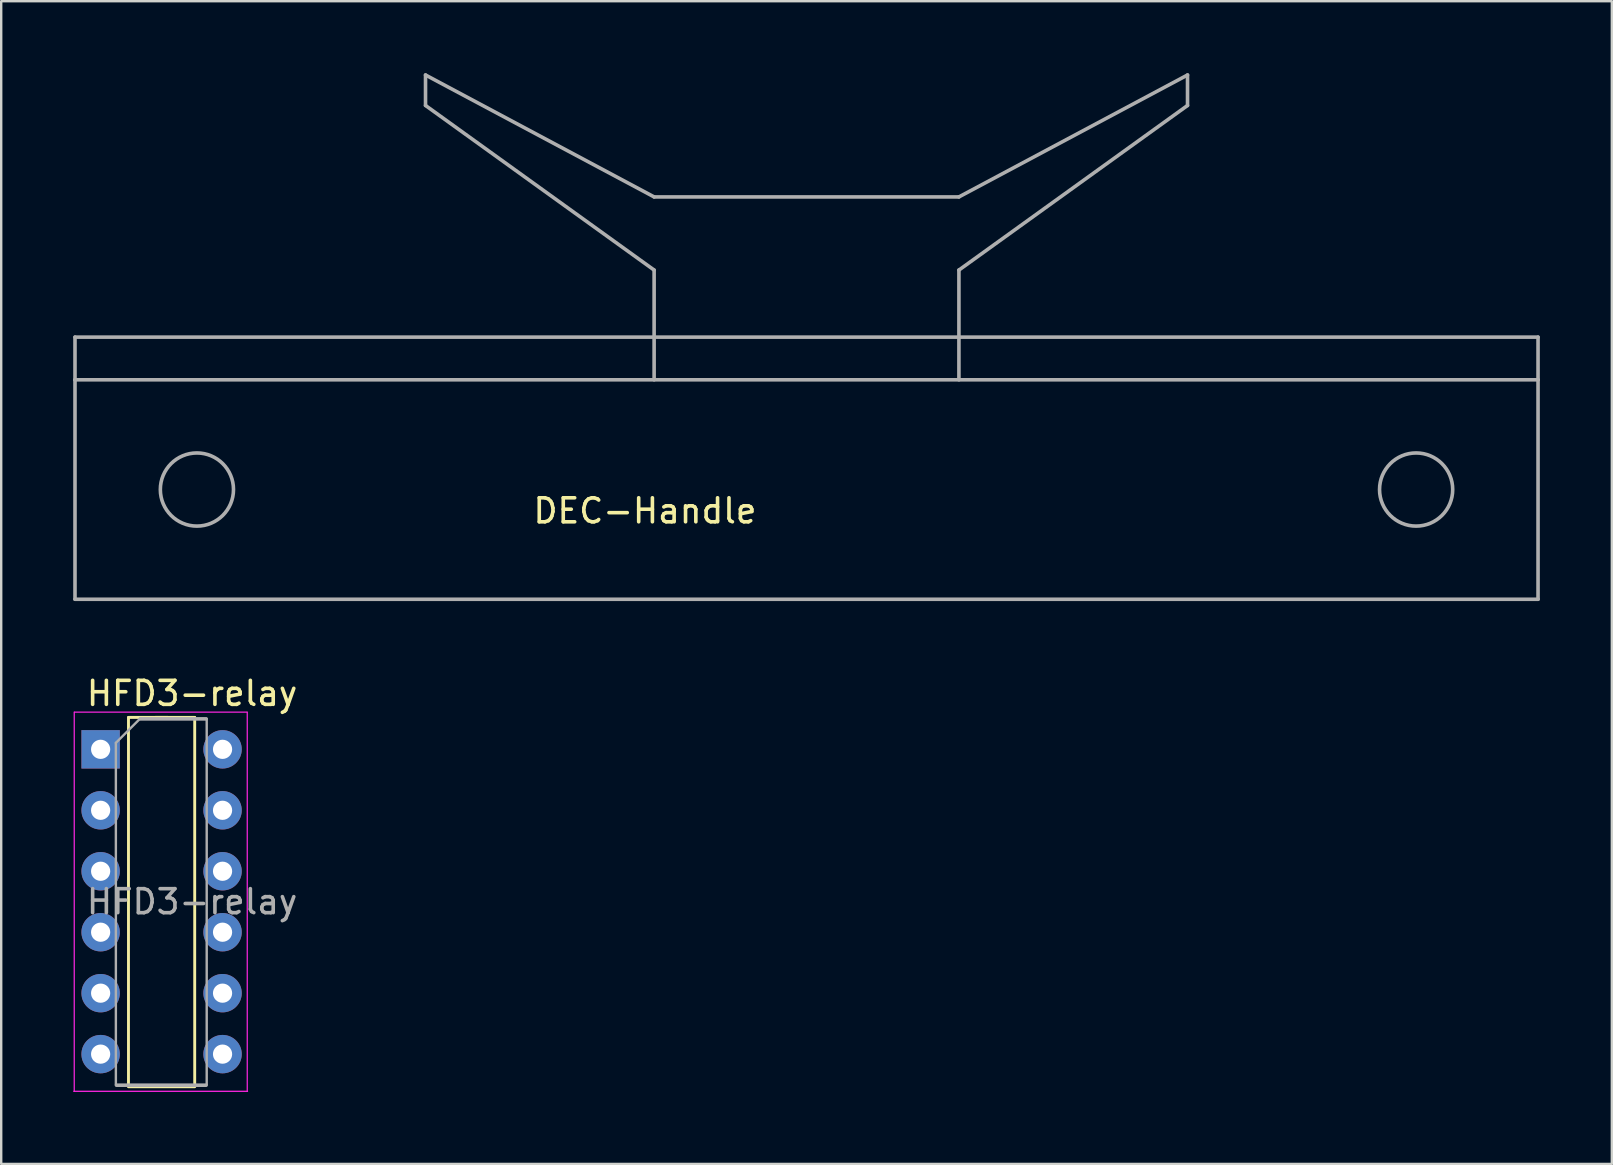
<source format=kicad_pcb>
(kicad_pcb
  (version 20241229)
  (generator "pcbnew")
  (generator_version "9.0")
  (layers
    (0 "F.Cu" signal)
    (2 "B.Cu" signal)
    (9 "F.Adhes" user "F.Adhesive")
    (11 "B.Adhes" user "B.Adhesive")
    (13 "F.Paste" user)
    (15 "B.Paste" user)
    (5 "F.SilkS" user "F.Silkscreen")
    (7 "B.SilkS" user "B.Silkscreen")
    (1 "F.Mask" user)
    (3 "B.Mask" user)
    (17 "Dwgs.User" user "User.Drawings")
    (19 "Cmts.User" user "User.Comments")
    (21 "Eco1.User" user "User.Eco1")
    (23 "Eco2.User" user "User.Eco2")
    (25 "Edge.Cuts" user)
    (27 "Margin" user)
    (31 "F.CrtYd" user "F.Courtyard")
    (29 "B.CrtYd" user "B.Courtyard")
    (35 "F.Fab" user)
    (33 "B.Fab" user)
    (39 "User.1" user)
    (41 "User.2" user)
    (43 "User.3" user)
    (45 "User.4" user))
  (footprint "DEC-Handle"
    (layer "F.Cu")
    (at 30.555 12.775)
    (property "Reference" "DEC-Handle" (at -6.731 5.461 0) (layer "F.SilkS") (effects (font (size 1 1) (thickness 0.15))))
    (attr through_hole)
    (fp_line (start -30.48 -1.778) (end 30.48 -1.778) (stroke (width 0.15) (type solid)) (layer "F.Fab"))
    (fp_line (start -30.48 0) (end -30.48 -1.778) (stroke (width 0.15) (type solid)) (layer "F.Fab"))
    (fp_line (start -30.48 0) (end -30.48 9.144) (stroke (width 0.15) (type solid)) (layer "F.Fab"))
    (fp_line (start -30.48 0) (end 30.48 0) (stroke (width 0.15) (type solid)) (layer "F.Fab"))
    (fp_line (start -30.48 9.144) (end 30.48 9.144) (stroke (width 0.15) (type solid)) (layer "F.Fab"))
    (fp_line (start -15.875 -12.7) (end -15.875 -11.43) (stroke (width 0.15) (type solid)) (layer "F.Fab"))
    (fp_line (start -15.875 -12.7) (end -6.35 -7.62) (stroke (width 0.15) (type solid)) (layer "F.Fab"))
    (fp_line (start -6.35 -7.62) (end 6.35 -7.62) (stroke (width 0.15) (type solid)) (layer "F.Fab"))
    (fp_line (start -6.35 -4.572) (end -15.875 -11.43) (stroke (width 0.15) (type solid)) (layer "F.Fab"))
    (fp_line (start -6.35 0) (end -6.35 -4.572) (stroke (width 0.15) (type solid)) (layer "F.Fab"))
    (fp_line (start 6.35 -7.62) (end 15.875 -12.7) (stroke (width 0.15) (type solid)) (layer "F.Fab"))
    (fp_line (start 6.35 -4.572) (end 15.875 -11.43) (stroke (width 0.15) (type solid)) (layer "F.Fab"))
    (fp_line (start 6.35 0) (end 6.35 -4.572) (stroke (width 0.15) (type solid)) (layer "F.Fab"))
    (fp_line (start 15.875 -12.7) (end 15.875 -11.43) (stroke (width 0.15) (type solid)) (layer "F.Fab"))
    (fp_line (start 30.48 0) (end 30.48 -1.778) (stroke (width 0.15) (type solid)) (layer "F.Fab"))
    (fp_line (start 30.48 0) (end 30.48 9.144) (stroke (width 0.15) (type solid)) (layer "F.Fab"))
    (fp_circle (center -25.4 4.572) (end -26.924 4.572) (stroke (width 0.15) (type solid)) (fill no) (layer "F.Fab"))
    (fp_circle (center 25.4 4.572) (end 26.924 4.572) (stroke (width 0.15) (type solid)) (fill no) (layer "F.Fab")))
  (footprint "HFD3-relay"
    (layer "F.Cu")
    (at 1.143 28.172)
    (property "Reference" "HFD3-relay" (at 3.81 -2.33 0) (layer "F.SilkS") (effects (font (size 1 1) (thickness 0.15))))
    (attr through_hole)
    (fp_line (start 1.16 -1.33) (end 1.16 14.03) (stroke (width 0.12) (type solid)) (layer "F.SilkS"))
    (fp_line (start 1.168 14.046) (end 3.912 14.046) (stroke (width 0.15) (type solid)) (layer "F.SilkS"))
    (fp_line (start 2.81 -1.33) (end 1.16 -1.33) (stroke (width 0.12) (type solid)) (layer "F.SilkS"))
    (fp_line (start 3.92 -1.33) (end 2.27 -1.33) (stroke (width 0.12) (type solid)) (layer "F.SilkS"))
    (fp_line (start 3.92 14.03) (end 3.92 -1.33) (stroke (width 0.12) (type solid)) (layer "F.SilkS"))
    (fp_line (start -1.118 14.249) (end 6.121 14.249) (stroke (width 0.051) (type solid)) (layer "F.CrtYd"))
    (fp_line (start -1.1 -1.55) (end -1.1 14.25) (stroke (width 0.05) (type solid)) (layer "F.CrtYd"))
    (fp_line (start -1.092 -1.549) (end 6.096 -1.549) (stroke (width 0.051) (type solid)) (layer "F.CrtYd"))
    (fp_line (start 6.109 14.25) (end 6.109 -1.55) (stroke (width 0.05) (type solid)) (layer "F.CrtYd"))
    (fp_line (start 0.635 -0.27) (end 1.635 -1.27) (stroke (width 0.1) (type solid)) (layer "F.Fab"))
    (fp_line (start 0.635 13.97) (end 0.635 -0.27) (stroke (width 0.1) (type solid)) (layer "F.Fab"))
    (fp_line (start 0.66 13.995) (end 4.394 13.995) (stroke (width 0.15) (type solid)) (layer "F.Fab"))
    (fp_line (start 1.651 -1.27) (end 4.394 -1.27) (stroke (width 0.15) (type solid)) (layer "F.Fab"))
    (fp_line (start 4.42 -1.27) (end 4.42 13.97) (stroke (width 0.1) (type solid)) (layer "F.Fab"))
    (fp_text user "${REFERENCE}" (at 3.81 6.35 0) (layer "F.Fab") (effects (font (size 1 1) (thickness 0.15))))
    (pad "1" thru_hole rect (at 0 0) (size 1.6 1.6) (drill 0.8) (layers "*.Cu" "*.Mask"))
    (pad "2" thru_hole oval (at 0 2.54) (size 1.6 1.6) (drill 0.8) (layers "*.Cu" "*.Mask"))
    (pad "3" thru_hole oval (at 0 5.08) (size 1.6 1.6) (drill 0.8) (layers "*.Cu" "*.Mask"))
    (pad "4" thru_hole oval (at 0 7.62) (size 1.6 1.6) (drill 0.8) (layers "*.Cu" "*.Mask"))
    (pad "5" thru_hole oval (at 0 10.16) (size 1.6 1.6) (drill 0.8) (layers "*.Cu" "*.Mask"))
    (pad "6" thru_hole oval (at 0 12.7) (size 1.6 1.6) (drill 0.8) (layers "*.Cu" "*.Mask"))
    (pad "7" thru_hole oval (at 5.08 12.7) (size 1.6 1.6) (drill 0.8) (layers "*.Cu" "*.Mask"))
    (pad "8" thru_hole oval (at 5.08 10.16) (size 1.6 1.6) (drill 0.8) (layers "*.Cu" "*.Mask"))
    (pad "9" thru_hole oval (at 5.08 7.62) (size 1.6 1.6) (drill 0.8) (layers "*.Cu" "*.Mask"))
    (pad "10" thru_hole oval (at 5.08 5.08) (size 1.6 1.6) (drill 0.8) (layers "*.Cu" "*.Mask"))
    (pad "11" thru_hole oval (at 5.08 2.54) (size 1.6 1.6) (drill 0.8) (layers "*.Cu" "*.Mask"))
    (pad "12" thru_hole oval (at 5.08 0) (size 1.6 1.6) (drill 0.8) (layers "*.Cu" "*.Mask")))
  (gr_rect
    (start -3 -3)
    (end 64.11 45.447)
    (stroke (width 0.1) (type default))
    (fill no)
    (layer "Edge.Cuts")))
</source>
